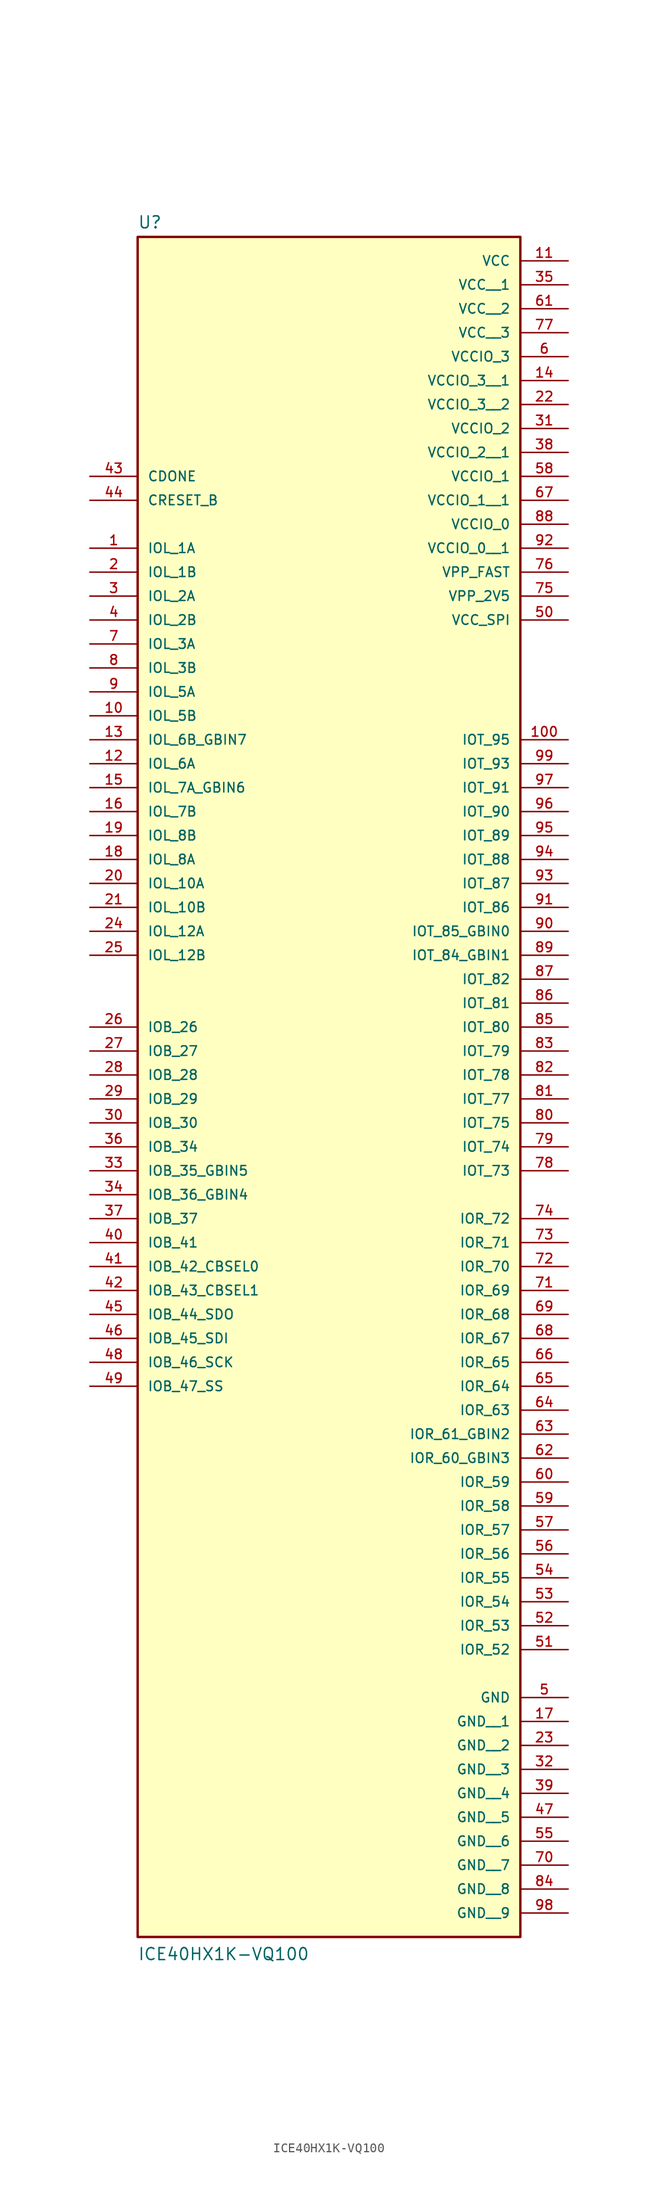
<source format=kicad_sym>
(kicad_symbol_lib
  (version 20211014)
  (generator kicad_symbol_editor)
  (symbol "ICE40HX1K-VQ100"
    (pin_names
      (offset 1.016))
    (property "Reference" "U"
      (at -20.332 69.383 0)
      (effects (font (size 1.27 1.27)) (justify bottom left)))
    (property "Value" "ICE40HX1K-VQ100"
      (at -20.326 -114.322 0)
      (effects (font (size 1.27 1.27)) (justify bottom left)))
    (symbol "ICE40HX1K-VQ100_0_0"
      (rectangle (start -20.32 -111.76) (end 20.32 68.58) (stroke (width 0.254)) (fill (type background)))
      (pin bidirectional line (at 25.4 -30.48 180.0) (length 5.08) (name "IOT_73" (effects (font (size 1.016 1.016)))) (number "78" (effects (font (size 1.016 1.016)))))
      (pin bidirectional line (at 25.4 -27.94 180.0) (length 5.08) (name "IOT_74" (effects (font (size 1.016 1.016)))) (number "79" (effects (font (size 1.016 1.016)))))
      (pin bidirectional line (at 25.4 -25.4 180.0) (length 5.08) (name "IOT_75" (effects (font (size 1.016 1.016)))) (number "80" (effects (font (size 1.016 1.016)))))
      (pin bidirectional line (at 25.4 15.24 180.0) (length 5.08) (name "IOT_95" (effects (font (size 1.016 1.016)))) (number "100" (effects (font (size 1.016 1.016)))))
      (pin bidirectional line (at 25.4 -22.86 180.0) (length 5.08) (name "IOT_77" (effects (font (size 1.016 1.016)))) (number "81" (effects (font (size 1.016 1.016)))))
      (pin bidirectional line (at 25.4 -20.32 180.0) (length 5.08) (name "IOT_78" (effects (font (size 1.016 1.016)))) (number "82" (effects (font (size 1.016 1.016)))))
      (pin bidirectional line (at 25.4 -17.78 180.0) (length 5.08) (name "IOT_79" (effects (font (size 1.016 1.016)))) (number "83" (effects (font (size 1.016 1.016)))))
      (pin bidirectional line (at 25.4 -15.24 180.0) (length 5.08) (name "IOT_80" (effects (font (size 1.016 1.016)))) (number "85" (effects (font (size 1.016 1.016)))))
      (pin bidirectional line (at 25.4 -12.7 180.0) (length 5.08) (name "IOT_81" (effects (font (size 1.016 1.016)))) (number "86" (effects (font (size 1.016 1.016)))))
      (pin bidirectional line (at 25.4 -10.16 180.0) (length 5.08) (name "IOT_82" (effects (font (size 1.016 1.016)))) (number "87" (effects (font (size 1.016 1.016)))))
      (pin bidirectional line (at 25.4 -7.62 180.0) (length 5.08) (name "IOT_84_GBIN1" (effects (font (size 1.016 1.016)))) (number "89" (effects (font (size 1.016 1.016)))))
      (pin bidirectional line (at 25.4 -5.08 180.0) (length 5.08) (name "IOT_85_GBIN0" (effects (font (size 1.016 1.016)))) (number "90" (effects (font (size 1.016 1.016)))))
      (pin bidirectional line (at 25.4 -2.54 180.0) (length 5.08) (name "IOT_86" (effects (font (size 1.016 1.016)))) (number "91" (effects (font (size 1.016 1.016)))))
      (pin bidirectional line (at 25.4 0.0 180.0) (length 5.08) (name "IOT_87" (effects (font (size 1.016 1.016)))) (number "93" (effects (font (size 1.016 1.016)))))
      (pin bidirectional line (at 25.4 2.54 180.0) (length 5.08) (name "IOT_88" (effects (font (size 1.016 1.016)))) (number "94" (effects (font (size 1.016 1.016)))))
      (pin bidirectional line (at 25.4 5.08 180.0) (length 5.08) (name "IOT_89" (effects (font (size 1.016 1.016)))) (number "95" (effects (font (size 1.016 1.016)))))
      (pin bidirectional line (at 25.4 7.62 180.0) (length 5.08) (name "IOT_90" (effects (font (size 1.016 1.016)))) (number "96" (effects (font (size 1.016 1.016)))))
      (pin bidirectional line (at 25.4 10.16 180.0) (length 5.08) (name "IOT_91" (effects (font (size 1.016 1.016)))) (number "97" (effects (font (size 1.016 1.016)))))
      (pin bidirectional line (at 25.4 12.7 180.0) (length 5.08) (name "IOT_93" (effects (font (size 1.016 1.016)))) (number "99" (effects (font (size 1.016 1.016)))))
      (pin bidirectional line (at 25.4 -81.28 180.0) (length 5.08) (name "IOR_52" (effects (font (size 1.016 1.016)))) (number "51" (effects (font (size 1.016 1.016)))))
      (pin bidirectional line (at 25.4 -78.74 180.0) (length 5.08) (name "IOR_53" (effects (font (size 1.016 1.016)))) (number "52" (effects (font (size 1.016 1.016)))))
      (pin bidirectional line (at 25.4 -76.2 180.0) (length 5.08) (name "IOR_54" (effects (font (size 1.016 1.016)))) (number "53" (effects (font (size 1.016 1.016)))))
      (pin bidirectional line (at 25.4 -35.56 180.0) (length 5.08) (name "IOR_72" (effects (font (size 1.016 1.016)))) (number "74" (effects (font (size 1.016 1.016)))))
      (pin bidirectional line (at 25.4 -73.66 180.0) (length 5.08) (name "IOR_55" (effects (font (size 1.016 1.016)))) (number "54" (effects (font (size 1.016 1.016)))))
      (pin bidirectional line (at 25.4 -71.12 180.0) (length 5.08) (name "IOR_56" (effects (font (size 1.016 1.016)))) (number "56" (effects (font (size 1.016 1.016)))))
      (pin bidirectional line (at 25.4 -68.58 180.0) (length 5.08) (name "IOR_57" (effects (font (size 1.016 1.016)))) (number "57" (effects (font (size 1.016 1.016)))))
      (pin bidirectional line (at 25.4 -66.04 180.0) (length 5.08) (name "IOR_58" (effects (font (size 1.016 1.016)))) (number "59" (effects (font (size 1.016 1.016)))))
      (pin bidirectional line (at 25.4 -63.5 180.0) (length 5.08) (name "IOR_59" (effects (font (size 1.016 1.016)))) (number "60" (effects (font (size 1.016 1.016)))))
      (pin bidirectional line (at 25.4 -60.96 180.0) (length 5.08) (name "IOR_60_GBIN3" (effects (font (size 1.016 1.016)))) (number "62" (effects (font (size 1.016 1.016)))))
      (pin bidirectional line (at 25.4 -58.42 180.0) (length 5.08) (name "IOR_61_GBIN2" (effects (font (size 1.016 1.016)))) (number "63" (effects (font (size 1.016 1.016)))))
      (pin bidirectional line (at 25.4 -55.88 180.0) (length 5.08) (name "IOR_63" (effects (font (size 1.016 1.016)))) (number "64" (effects (font (size 1.016 1.016)))))
      (pin bidirectional line (at 25.4 -53.34 180.0) (length 5.08) (name "IOR_64" (effects (font (size 1.016 1.016)))) (number "65" (effects (font (size 1.016 1.016)))))
      (pin bidirectional line (at 25.4 -50.8 180.0) (length 5.08) (name "IOR_65" (effects (font (size 1.016 1.016)))) (number "66" (effects (font (size 1.016 1.016)))))
      (pin bidirectional line (at 25.4 -48.26 180.0) (length 5.08) (name "IOR_67" (effects (font (size 1.016 1.016)))) (number "68" (effects (font (size 1.016 1.016)))))
      (pin bidirectional line (at 25.4 -45.72 180.0) (length 5.08) (name "IOR_68" (effects (font (size 1.016 1.016)))) (number "69" (effects (font (size 1.016 1.016)))))
      (pin bidirectional line (at 25.4 -43.18 180.0) (length 5.08) (name "IOR_69" (effects (font (size 1.016 1.016)))) (number "71" (effects (font (size 1.016 1.016)))))
      (pin bidirectional line (at 25.4 -40.64 180.0) (length 5.08) (name "IOR_70" (effects (font (size 1.016 1.016)))) (number "72" (effects (font (size 1.016 1.016)))))
      (pin bidirectional line (at 25.4 -38.1 180.0) (length 5.08) (name "IOR_71" (effects (font (size 1.016 1.016)))) (number "73" (effects (font (size 1.016 1.016)))))
      (pin bidirectional line (at -25.4 -15.24 0) (length 5.08) (name "IOB_26" (effects (font (size 1.016 1.016)))) (number "26" (effects (font (size 1.016 1.016)))))
      (pin bidirectional line (at -25.4 -17.78 0) (length 5.08) (name "IOB_27" (effects (font (size 1.016 1.016)))) (number "27" (effects (font (size 1.016 1.016)))))
      (pin bidirectional line (at -25.4 -20.32 0) (length 5.08) (name "IOB_28" (effects (font (size 1.016 1.016)))) (number "28" (effects (font (size 1.016 1.016)))))
      (pin bidirectional line (at -25.4 -22.86 0) (length 5.08) (name "IOB_29" (effects (font (size 1.016 1.016)))) (number "29" (effects (font (size 1.016 1.016)))))
      (pin bidirectional line (at -25.4 -25.4 0) (length 5.08) (name "IOB_30" (effects (font (size 1.016 1.016)))) (number "30" (effects (font (size 1.016 1.016)))))
      (pin bidirectional line (at -25.4 -27.94 0) (length 5.08) (name "IOB_34" (effects (font (size 1.016 1.016)))) (number "36" (effects (font (size 1.016 1.016)))))
      (pin bidirectional line (at -25.4 -30.48 0) (length 5.08) (name "IOB_35_GBIN5" (effects (font (size 1.016 1.016)))) (number "33" (effects (font (size 1.016 1.016)))))
      (pin bidirectional line (at -25.4 -33.02 0) (length 5.08) (name "IOB_36_GBIN4" (effects (font (size 1.016 1.016)))) (number "34" (effects (font (size 1.016 1.016)))))
      (pin bidirectional line (at -25.4 -35.56 0) (length 5.08) (name "IOB_37" (effects (font (size 1.016 1.016)))) (number "37" (effects (font (size 1.016 1.016)))))
      (pin bidirectional line (at -25.4 -38.1 0) (length 5.08) (name "IOB_41" (effects (font (size 1.016 1.016)))) (number "40" (effects (font (size 1.016 1.016)))))
      (pin bidirectional line (at -25.4 -40.64 0) (length 5.08) (name "IOB_42_CBSEL0" (effects (font (size 1.016 1.016)))) (number "41" (effects (font (size 1.016 1.016)))))
      (pin bidirectional line (at -25.4 -43.18 0) (length 5.08) (name "IOB_43_CBSEL1" (effects (font (size 1.016 1.016)))) (number "42" (effects (font (size 1.016 1.016)))))
      (pin bidirectional line (at -25.4 -45.72 0) (length 5.08) (name "IOB_44_SDO" (effects (font (size 1.016 1.016)))) (number "45" (effects (font (size 1.016 1.016)))))
      (pin bidirectional line (at -25.4 -48.26 0) (length 5.08) (name "IOB_45_SDI" (effects (font (size 1.016 1.016)))) (number "46" (effects (font (size 1.016 1.016)))))
      (pin bidirectional line (at -25.4 -50.8 0) (length 5.08) (name "IOB_46_SCK" (effects (font (size 1.016 1.016)))) (number "48" (effects (font (size 1.016 1.016)))))
      (pin bidirectional line (at -25.4 -53.34 0) (length 5.08) (name "IOB_47_SS" (effects (font (size 1.016 1.016)))) (number "49" (effects (font (size 1.016 1.016)))))
      (pin input line (at -25.4 43.18 0) (length 5.08) (name "CDONE" (effects (font (size 1.016 1.016)))) (number "43" (effects (font (size 1.016 1.016)))))
      (pin input line (at -25.4 40.64 0) (length 5.08) (name "CRESET_B" (effects (font (size 1.016 1.016)))) (number "44" (effects (font (size 1.016 1.016)))))
      (pin bidirectional line (at -25.4 33.02 0) (length 5.08) (name "IOL_1B" (effects (font (size 1.016 1.016)))) (number "2" (effects (font (size 1.016 1.016)))))
      (pin bidirectional line (at -25.4 27.94 0) (length 5.08) (name "IOL_2B" (effects (font (size 1.016 1.016)))) (number "4" (effects (font (size 1.016 1.016)))))
      (pin bidirectional line (at -25.4 22.86 0) (length 5.08) (name "IOL_3B" (effects (font (size 1.016 1.016)))) (number "8" (effects (font (size 1.016 1.016)))))
      (pin bidirectional line (at -25.4 17.78 0) (length 5.08) (name "IOL_5B" (effects (font (size 1.016 1.016)))) (number "10" (effects (font (size 1.016 1.016)))))
      (pin bidirectional line (at -25.4 7.62 0) (length 5.08) (name "IOL_7B" (effects (font (size 1.016 1.016)))) (number "16" (effects (font (size 1.016 1.016)))))
      (pin bidirectional line (at -25.4 5.08 0) (length 5.08) (name "IOL_8B" (effects (font (size 1.016 1.016)))) (number "19" (effects (font (size 1.016 1.016)))))
      (pin bidirectional line (at -25.4 -2.54 0) (length 5.08) (name "IOL_10B" (effects (font (size 1.016 1.016)))) (number "21" (effects (font (size 1.016 1.016)))))
      (pin bidirectional line (at -25.4 -7.62 0) (length 5.08) (name "IOL_12B" (effects (font (size 1.016 1.016)))) (number "25" (effects (font (size 1.016 1.016)))))
      (pin bidirectional line (at -25.4 35.56 0) (length 5.08) (name "IOL_1A" (effects (font (size 1.016 1.016)))) (number "1" (effects (font (size 1.016 1.016)))))
      (pin bidirectional line (at -25.4 30.48 0) (length 5.08) (name "IOL_2A" (effects (font (size 1.016 1.016)))) (number "3" (effects (font (size 1.016 1.016)))))
      (pin bidirectional line (at -25.4 25.4 0) (length 5.08) (name "IOL_3A" (effects (font (size 1.016 1.016)))) (number "7" (effects (font (size 1.016 1.016)))))
      (pin bidirectional line (at -25.4 20.32 0) (length 5.08) (name "IOL_5A" (effects (font (size 1.016 1.016)))) (number "9" (effects (font (size 1.016 1.016)))))
      (pin bidirectional line (at -25.4 10.16 0) (length 5.08) (name "IOL_7A_GBIN6" (effects (font (size 1.016 1.016)))) (number "15" (effects (font (size 1.016 1.016)))))
      (pin bidirectional line (at -25.4 2.54 0) (length 5.08) (name "IOL_8A" (effects (font (size 1.016 1.016)))) (number "18" (effects (font (size 1.016 1.016)))))
      (pin bidirectional line (at -25.4 0.0 0) (length 5.08) (name "IOL_10A" (effects (font (size 1.016 1.016)))) (number "20" (effects (font (size 1.016 1.016)))))
      (pin bidirectional line (at -25.4 -5.08 0) (length 5.08) (name "IOL_12A" (effects (font (size 1.016 1.016)))) (number "24" (effects (font (size 1.016 1.016)))))
      (pin bidirectional line (at -25.4 15.24 0) (length 5.08) (name "IOL_6B_GBIN7" (effects (font (size 1.016 1.016)))) (number "13" (effects (font (size 1.016 1.016)))))
      (pin bidirectional line (at -25.4 12.7 0) (length 5.08) (name "IOL_6A" (effects (font (size 1.016 1.016)))) (number "12" (effects (font (size 1.016 1.016)))))
      (pin power_in line (at 25.4 27.94 180.0) (length 5.08) (name "VCC_SPI" (effects (font (size 1.016 1.016)))) (number "50" (effects (font (size 1.016 1.016)))))
      (pin power_in line (at 25.4 30.48 180.0) (length 5.08) (name "VPP_2V5" (effects (font (size 1.016 1.016)))) (number "75" (effects (font (size 1.016 1.016)))))
      (pin power_in line (at 25.4 33.02 180.0) (length 5.08) (name "VPP_FAST" (effects (font (size 1.016 1.016)))) (number "76" (effects (font (size 1.016 1.016)))))
      (pin power_in line (at 25.4 38.1 180.0) (length 5.08) (name "VCCIO_0" (effects (font (size 1.016 1.016)))) (number "88" (effects (font (size 1.016 1.016)))))
      (pin power_in line (at 25.4 43.18 180.0) (length 5.08) (name "VCCIO_1" (effects (font (size 1.016 1.016)))) (number "58" (effects (font (size 1.016 1.016)))))
      (pin power_in line (at 25.4 48.26 180.0) (length 5.08) (name "VCCIO_2" (effects (font (size 1.016 1.016)))) (number "31" (effects (font (size 1.016 1.016)))))
      (pin power_in line (at 25.4 55.88 180.0) (length 5.08) (name "VCCIO_3" (effects (font (size 1.016 1.016)))) (number "6" (effects (font (size 1.016 1.016)))))
      (pin power_in line (at 25.4 66.04 180.0) (length 5.08) (name "VCC" (effects (font (size 1.016 1.016)))) (number "11" (effects (font (size 1.016 1.016)))))
      (pin power_in line (at 25.4 -86.36 180.0) (length 5.08) (name "GND" (effects (font (size 1.016 1.016)))) (number "5" (effects (font (size 1.016 1.016)))))
      (pin power_in line (at 25.4 63.5 180.0) (length 5.08) (name "VCC__1" (effects (font (size 1.016 1.016)))) (number "35" (effects (font (size 1.016 1.016)))))
      (pin power_in line (at 25.4 60.96 180.0) (length 5.08) (name "VCC__2" (effects (font (size 1.016 1.016)))) (number "61" (effects (font (size 1.016 1.016)))))
      (pin power_in line (at 25.4 58.42 180.0) (length 5.08) (name "VCC__3" (effects (font (size 1.016 1.016)))) (number "77" (effects (font (size 1.016 1.016)))))
      (pin power_in line (at 25.4 53.34 180.0) (length 5.08) (name "VCCIO_3__1" (effects (font (size 1.016 1.016)))) (number "14" (effects (font (size 1.016 1.016)))))
      (pin power_in line (at 25.4 50.8 180.0) (length 5.08) (name "VCCIO_3__2" (effects (font (size 1.016 1.016)))) (number "22" (effects (font (size 1.016 1.016)))))
      (pin power_in line (at 25.4 45.72 180.0) (length 5.08) (name "VCCIO_2__1" (effects (font (size 1.016 1.016)))) (number "38" (effects (font (size 1.016 1.016)))))
      (pin power_in line (at 25.4 40.64 180.0) (length 5.08) (name "VCCIO_1__1" (effects (font (size 1.016 1.016)))) (number "67" (effects (font (size 1.016 1.016)))))
      (pin power_in line (at 25.4 35.56 180.0) (length 5.08) (name "VCCIO_0__1" (effects (font (size 1.016 1.016)))) (number "92" (effects (font (size 1.016 1.016)))))
      (pin power_in line (at 25.4 -88.9 180.0) (length 5.08) (name "GND__1" (effects (font (size 1.016 1.016)))) (number "17" (effects (font (size 1.016 1.016)))))
      (pin power_in line (at 25.4 -91.44 180.0) (length 5.08) (name "GND__2" (effects (font (size 1.016 1.016)))) (number "23" (effects (font (size 1.016 1.016)))))
      (pin power_in line (at 25.4 -93.98 180.0) (length 5.08) (name "GND__3" (effects (font (size 1.016 1.016)))) (number "32" (effects (font (size 1.016 1.016)))))
      (pin power_in line (at 25.4 -96.52 180.0) (length 5.08) (name "GND__4" (effects (font (size 1.016 1.016)))) (number "39" (effects (font (size 1.016 1.016)))))
      (pin power_in line (at 25.4 -99.06 180.0) (length 5.08) (name "GND__5" (effects (font (size 1.016 1.016)))) (number "47" (effects (font (size 1.016 1.016)))))
      (pin power_in line (at 25.4 -101.6 180.0) (length 5.08) (name "GND__6" (effects (font (size 1.016 1.016)))) (number "55" (effects (font (size 1.016 1.016)))))
      (pin power_in line (at 25.4 -104.14 180.0) (length 5.08) (name "GND__7" (effects (font (size 1.016 1.016)))) (number "70" (effects (font (size 1.016 1.016)))))
      (pin power_in line (at 25.4 -106.68 180.0) (length 5.08) (name "GND__8" (effects (font (size 1.016 1.016)))) (number "84" (effects (font (size 1.016 1.016)))))
      (pin power_in line (at 25.4 -109.22 180.0) (length 5.08) (name "GND__9" (effects (font (size 1.016 1.016)))) (number "98" (effects (font (size 1.016 1.016))))))))
</source>
